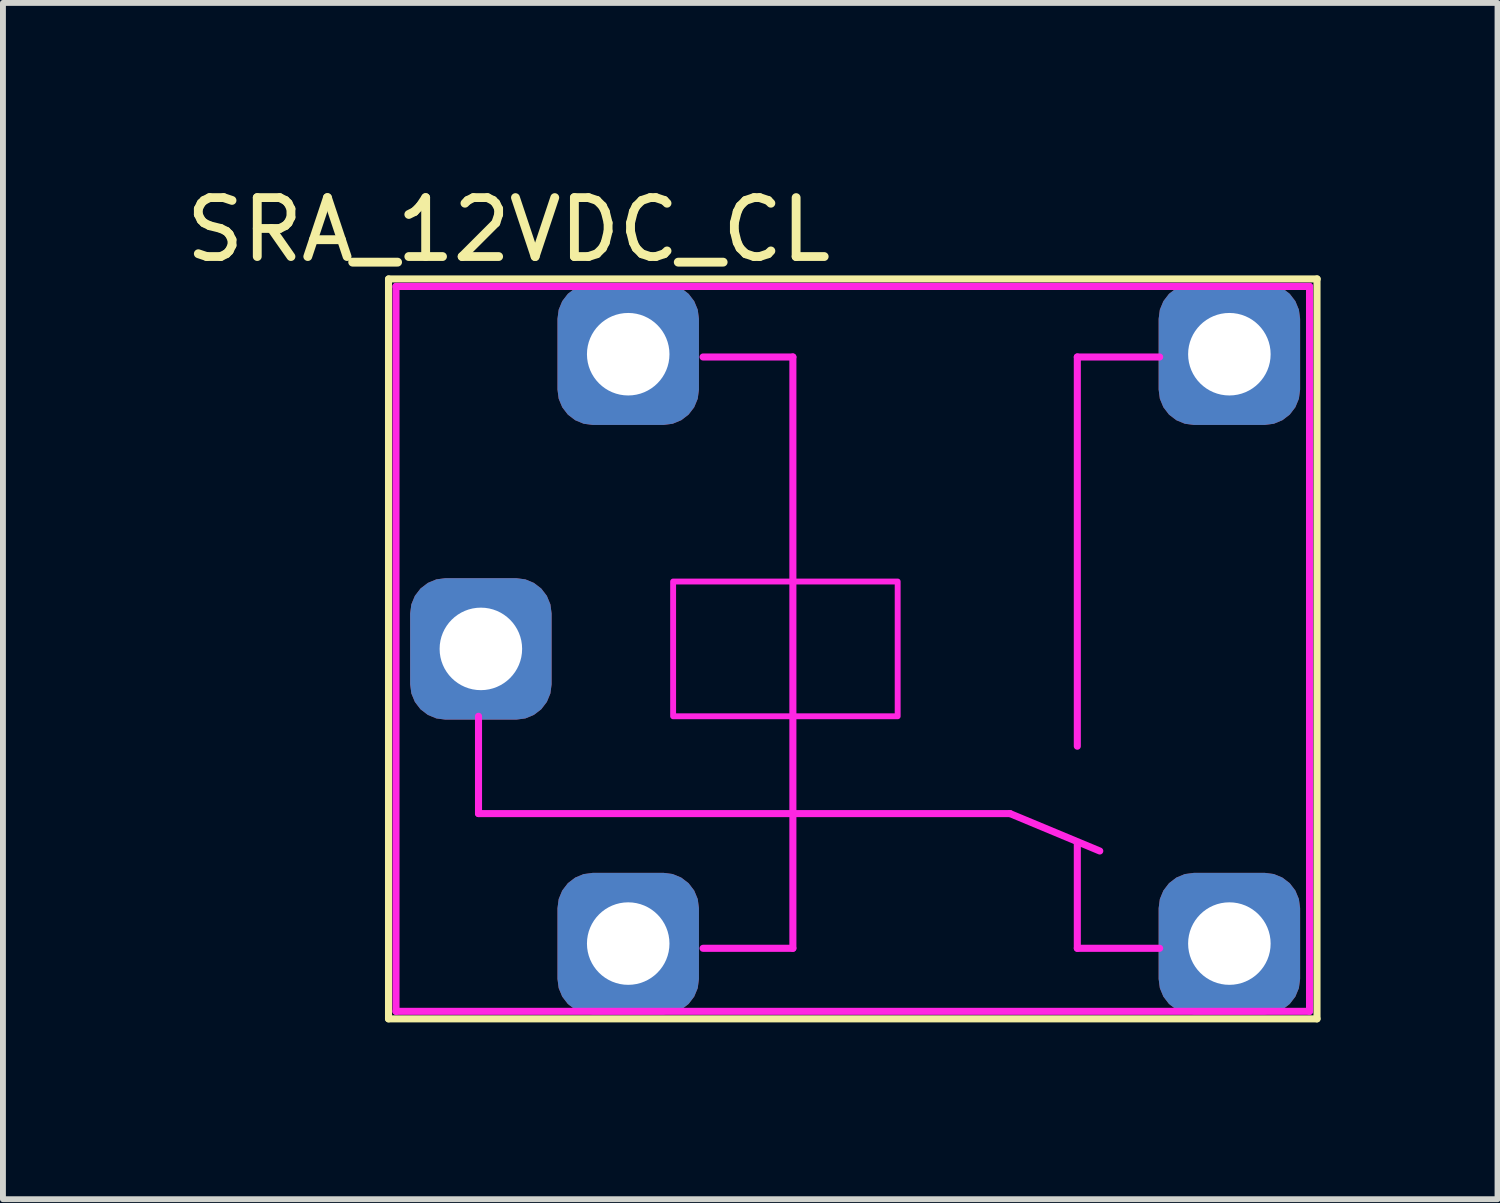
<source format=kicad_pcb>
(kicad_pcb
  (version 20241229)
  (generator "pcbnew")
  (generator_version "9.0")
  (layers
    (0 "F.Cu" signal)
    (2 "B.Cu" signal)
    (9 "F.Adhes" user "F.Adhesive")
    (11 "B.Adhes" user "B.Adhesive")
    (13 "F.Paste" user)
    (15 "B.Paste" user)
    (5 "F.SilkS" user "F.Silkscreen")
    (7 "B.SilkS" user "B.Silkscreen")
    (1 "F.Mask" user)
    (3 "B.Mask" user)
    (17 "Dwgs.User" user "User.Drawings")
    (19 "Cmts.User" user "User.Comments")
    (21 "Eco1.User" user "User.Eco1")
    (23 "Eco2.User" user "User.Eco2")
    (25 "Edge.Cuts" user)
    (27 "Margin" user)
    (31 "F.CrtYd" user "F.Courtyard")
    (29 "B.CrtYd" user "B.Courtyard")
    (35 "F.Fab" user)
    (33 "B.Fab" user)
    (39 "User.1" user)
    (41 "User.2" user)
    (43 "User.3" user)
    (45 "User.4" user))
  (footprint "SRA_12VDC_CL"
    (layer "F.Cu")
    (at 11.419 7.96)
    (property "Reference" "SRA_12VDC_CL" (at -5.842 -7.112 0) (layer "F.SilkS") (effects (font (size 1 1) (thickness 0.15))))
    (attr through_hole)
    (fp_line (start -7.877 -6.277) (end -7.877 6.277) (stroke (width 0.12) (type solid)) (layer "F.SilkS"))
    (fp_line (start -7.877 6.277) (end 7.877 6.277) (stroke (width 0.12) (type solid)) (layer "F.SilkS"))
    (fp_line (start -7.874 -6.277) (end 7.88 -6.277) (stroke (width 0.12) (type solid)) (layer "F.SilkS"))
    (fp_line (start 7.877 -6.277) (end 7.877 6.277) (stroke (width 0.12) (type solid)) (layer "F.SilkS"))
    (fp_line (start -7.75 -6.15) (end -7.75 6.15) (stroke (width 0.12) (type solid)) (layer "F.CrtYd"))
    (fp_line (start -7.75 -6.15) (end 7.75 -6.15) (stroke (width 0.12) (type solid)) (layer "F.CrtYd"))
    (fp_line (start -7.75 6.15) (end 7.75 6.15) (stroke (width 0.12) (type solid)) (layer "F.CrtYd"))
    (fp_line (start -6.35 1.143) (end -6.35 2.794) (stroke (width 0.12) (type solid)) (layer "F.CrtYd"))
    (fp_line (start -6.35 2.794) (end 2.667 2.794) (stroke (width 0.12) (type solid)) (layer "F.CrtYd"))
    (fp_line (start -2.54 -4.953) (end -1.016 -4.953) (stroke (width 0.12) (type solid)) (layer "F.CrtYd"))
    (fp_line (start -1.016 -4.953) (end -1.016 5.08) (stroke (width 0.12) (type solid)) (layer "F.CrtYd"))
    (fp_line (start -1.016 5.08) (end -2.54 5.08) (stroke (width 0.12) (type solid)) (layer "F.CrtYd"))
    (fp_line (start 2.667 2.794) (end 4.191 3.429) (stroke (width 0.12) (type solid)) (layer "F.CrtYd"))
    (fp_line (start 3.81 -4.953) (end 3.81 1.651) (stroke (width 0.12) (type solid)) (layer "F.CrtYd"))
    (fp_line (start 3.81 5.08) (end 3.81 3.302) (stroke (width 0.12) (type solid)) (layer "F.CrtYd"))
    (fp_line (start 3.81 5.08) (end 5.207 5.08) (stroke (width 0.12) (type solid)) (layer "F.CrtYd"))
    (fp_line (start 5.207 -4.953) (end 3.81 -4.953) (stroke (width 0.12) (type solid)) (layer "F.CrtYd"))
    (fp_line (start 7.75 -6.15) (end 7.75 6.15) (stroke (width 0.12) (type solid)) (layer "F.CrtYd"))
    (fp_poly (pts (xy 0.762 1.143) (xy -3.048 1.143) (xy -3.048 -1.143) (xy 0.762 -1.143)) (stroke (width 0.1) (type solid)) (fill no) (layer "F.CrtYd"))
    (pad "1" thru_hole roundrect (at -6.31 0) (size 2.4 2.4) (drill 1.4) (layers "*.Cu" "*.Mask") (roundrect_rratio 0.25))
    (pad "2" thru_hole roundrect (at -3.81 -5) (size 2.4 2.4) (drill 1.4) (layers "*.Cu" "*.Mask") (roundrect_rratio 0.25))
    (pad "3" thru_hole roundrect (at 6.39 -5) (size 2.4 2.4) (drill 1.4) (layers "*.Cu" "*.Mask") (roundrect_rratio 0.25))
    (pad "4" thru_hole roundrect (at 6.39 5) (size 2.4 2.4) (drill 1.4) (layers "*.Cu" "*.Mask") (roundrect_rratio 0.25))
    (pad "5" thru_hole roundrect (at -3.81 5) (size 2.4 2.4) (drill 1.4) (layers "*.Cu" "*.Mask") (roundrect_rratio 0.25)))
  (gr_rect
    (start -3 -3)
    (end 22.359 17.297)
    (stroke (width 0.1) (type default))
    (fill no)
    (layer "Edge.Cuts")))
</source>
